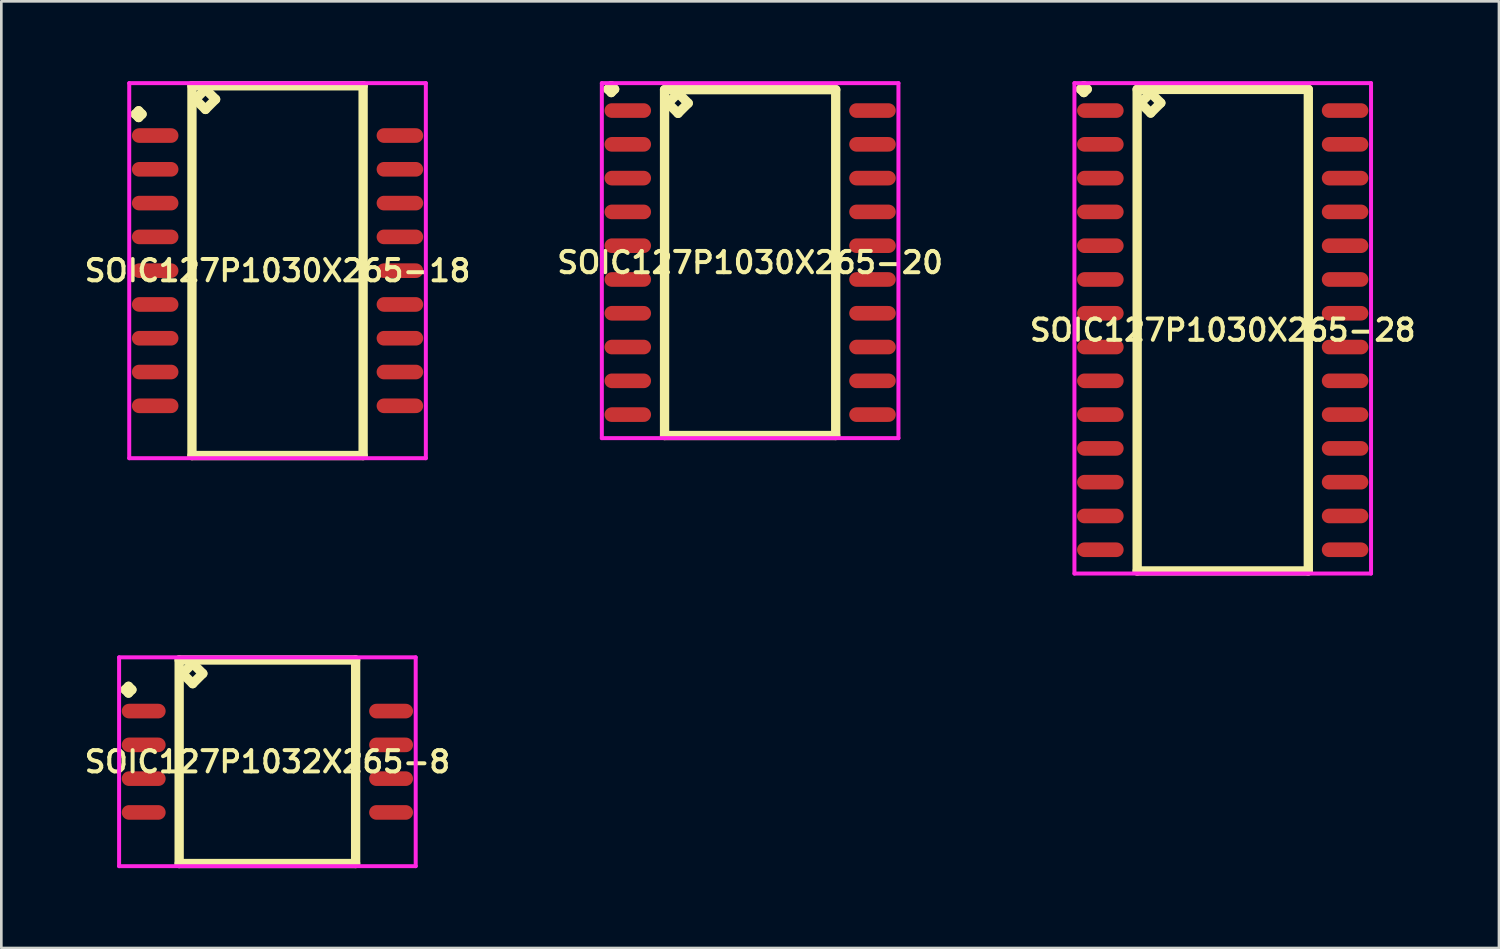
<source format=kicad_pcb>
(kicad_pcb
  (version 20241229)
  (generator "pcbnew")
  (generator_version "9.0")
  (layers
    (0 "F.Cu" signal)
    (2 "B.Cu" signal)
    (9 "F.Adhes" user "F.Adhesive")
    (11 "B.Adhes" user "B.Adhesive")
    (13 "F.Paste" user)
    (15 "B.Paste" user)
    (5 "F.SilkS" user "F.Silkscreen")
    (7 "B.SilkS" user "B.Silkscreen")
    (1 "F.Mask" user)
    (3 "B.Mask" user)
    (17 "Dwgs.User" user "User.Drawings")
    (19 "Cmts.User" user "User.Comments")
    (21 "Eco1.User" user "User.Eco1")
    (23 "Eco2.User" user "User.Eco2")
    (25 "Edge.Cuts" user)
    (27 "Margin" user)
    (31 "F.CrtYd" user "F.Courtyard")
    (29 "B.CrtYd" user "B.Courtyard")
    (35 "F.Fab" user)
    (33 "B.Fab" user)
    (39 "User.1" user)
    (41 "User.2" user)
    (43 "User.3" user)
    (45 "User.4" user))
  (footprint "SOIC127P1030X265-28"
    (layer "F.Cu")
    (at 42.915 9.361)
    (property "Reference" "SOIC127P1030X265-28" (at 0 0 0) (layer "F.SilkS") (effects (font (size 0.8 0.8) (thickness 0.15))))
    (attr smd)
    (fp_line (start -5.348 -9.059) (end -5.221 -9.186) (stroke (width 0.35) (type solid)) (layer "F.SilkS"))
    (fp_line (start -5.221 -9.186) (end -5.094 -9.059) (stroke (width 0.35) (type solid)) (layer "F.SilkS"))
    (fp_line (start -5.221 -8.932) (end -5.348 -9.059) (stroke (width 0.35) (type solid)) (layer "F.SilkS"))
    (fp_line (start -5.094 -9.059) (end -5.221 -8.932) (stroke (width 0.35) (type solid)) (layer "F.SilkS"))
    (fp_line (start -3.217 -9.05) (end -3.217 9.05) (stroke (width 0.35) (type solid)) (layer "F.SilkS"))
    (fp_line (start -3.217 9.05) (end 3.217 9.05) (stroke (width 0.35) (type solid)) (layer "F.SilkS"))
    (fp_line (start -3.09 -8.542) (end -2.709 -8.923) (stroke (width 0.35) (type solid)) (layer "F.SilkS"))
    (fp_line (start -2.709 -8.923) (end -2.328 -8.542) (stroke (width 0.35) (type solid)) (layer "F.SilkS"))
    (fp_line (start -2.709 -8.161) (end -3.09 -8.542) (stroke (width 0.35) (type solid)) (layer "F.SilkS"))
    (fp_line (start -2.328 -8.542) (end -2.709 -8.161) (stroke (width 0.35) (type solid)) (layer "F.SilkS"))
    (fp_line (start 3.217 -9.05) (end -3.217 -9.05) (stroke (width 0.35) (type solid)) (layer "F.SilkS"))
    (fp_line (start 3.217 9.05) (end 3.217 -9.05) (stroke (width 0.35) (type solid)) (layer "F.SilkS"))
    (fp_line (start -5.575 -9.286) (end 5.575 -9.286) (stroke (width 0.15) (type solid)) (layer "F.CrtYd"))
    (fp_line (start -5.575 9.15) (end -5.575 -9.286) (stroke (width 0.15) (type solid)) (layer "F.CrtYd"))
    (fp_line (start 5.575 -9.286) (end 5.575 9.15) (stroke (width 0.15) (type solid)) (layer "F.CrtYd"))
    (fp_line (start 5.575 9.15) (end -5.575 9.15) (stroke (width 0.15) (type solid)) (layer "F.CrtYd"))
    (pad "1" smd oval (at -4.6 -8.255) (size 1.75 0.55) (layers "F.Cu" "F.Mask" "F.Paste"))
    (pad "2" smd oval (at -4.6 -6.985) (size 1.75 0.55) (layers "F.Cu" "F.Mask" "F.Paste"))
    (pad "3" smd oval (at -4.6 -5.715) (size 1.75 0.55) (layers "F.Cu" "F.Mask" "F.Paste"))
    (pad "4" smd oval (at -4.6 -4.445) (size 1.75 0.55) (layers "F.Cu" "F.Mask" "F.Paste"))
    (pad "5" smd oval (at -4.6 -3.175) (size 1.75 0.55) (layers "F.Cu" "F.Mask" "F.Paste"))
    (pad "6" smd oval (at -4.6 -1.905) (size 1.75 0.55) (layers "F.Cu" "F.Mask" "F.Paste"))
    (pad "7" smd oval (at -4.6 -0.635) (size 1.75 0.55) (layers "F.Cu" "F.Mask" "F.Paste"))
    (pad "8" smd oval (at -4.6 0.635) (size 1.75 0.55) (layers "F.Cu" "F.Mask" "F.Paste"))
    (pad "9" smd oval (at -4.6 1.905) (size 1.75 0.55) (layers "F.Cu" "F.Mask" "F.Paste"))
    (pad "10" smd oval (at -4.6 3.175) (size 1.75 0.55) (layers "F.Cu" "F.Mask" "F.Paste"))
    (pad "11" smd oval (at -4.6 4.445) (size 1.75 0.55) (layers "F.Cu" "F.Mask" "F.Paste"))
    (pad "12" smd oval (at -4.6 5.715) (size 1.75 0.55) (layers "F.Cu" "F.Mask" "F.Paste"))
    (pad "13" smd oval (at -4.6 6.985) (size 1.75 0.55) (layers "F.Cu" "F.Mask" "F.Paste"))
    (pad "14" smd oval (at -4.6 8.255) (size 1.75 0.55) (layers "F.Cu" "F.Mask" "F.Paste"))
    (pad "15" smd oval (at 4.6 8.255) (size 1.75 0.55) (layers "F.Cu" "F.Mask" "F.Paste"))
    (pad "16" smd oval (at 4.6 6.985) (size 1.75 0.55) (layers "F.Cu" "F.Mask" "F.Paste"))
    (pad "17" smd oval (at 4.6 5.715) (size 1.75 0.55) (layers "F.Cu" "F.Mask" "F.Paste"))
    (pad "18" smd oval (at 4.6 4.445) (size 1.75 0.55) (layers "F.Cu" "F.Mask" "F.Paste"))
    (pad "19" smd oval (at 4.6 3.175) (size 1.75 0.55) (layers "F.Cu" "F.Mask" "F.Paste"))
    (pad "20" smd oval (at 4.6 1.905) (size 1.75 0.55) (layers "F.Cu" "F.Mask" "F.Paste"))
    (pad "21" smd oval (at 4.6 0.635) (size 1.75 0.55) (layers "F.Cu" "F.Mask" "F.Paste"))
    (pad "22" smd oval (at 4.6 -0.635) (size 1.75 0.55) (layers "F.Cu" "F.Mask" "F.Paste"))
    (pad "23" smd oval (at 4.6 -1.905) (size 1.75 0.55) (layers "F.Cu" "F.Mask" "F.Paste"))
    (pad "24" smd oval (at 4.6 -3.175) (size 1.75 0.55) (layers "F.Cu" "F.Mask" "F.Paste"))
    (pad "25" smd oval (at 4.6 -4.445) (size 1.75 0.55) (layers "F.Cu" "F.Mask" "F.Paste"))
    (pad "26" smd oval (at 4.6 -5.715) (size 1.75 0.55) (layers "F.Cu" "F.Mask" "F.Paste"))
    (pad "27" smd oval (at 4.6 -6.985) (size 1.75 0.55) (layers "F.Cu" "F.Mask" "F.Paste"))
    (pad "28" smd oval (at 4.6 -8.255) (size 1.75 0.55) (layers "F.Cu" "F.Mask" "F.Paste")))
  (footprint "SOIC127P1030X265-20"
    (layer "F.Cu")
    (at 25.149 6.821)
    (property "Reference" "SOIC127P1030X265-20" (at 0 0 0) (layer "F.SilkS") (effects (font (size 0.8 0.8) (thickness 0.15))))
    (attr smd)
    (fp_line (start -5.348 -6.519) (end -5.221 -6.646) (stroke (width 0.35) (type solid)) (layer "F.SilkS"))
    (fp_line (start -5.221 -6.646) (end -5.094 -6.519) (stroke (width 0.35) (type solid)) (layer "F.SilkS"))
    (fp_line (start -5.221 -6.392) (end -5.348 -6.519) (stroke (width 0.35) (type solid)) (layer "F.SilkS"))
    (fp_line (start -5.094 -6.519) (end -5.221 -6.392) (stroke (width 0.35) (type solid)) (layer "F.SilkS"))
    (fp_line (start -3.217 -6.5) (end -3.217 6.5) (stroke (width 0.35) (type solid)) (layer "F.SilkS"))
    (fp_line (start -3.217 6.5) (end 3.217 6.5) (stroke (width 0.35) (type solid)) (layer "F.SilkS"))
    (fp_line (start -3.09 -5.992) (end -2.709 -6.373) (stroke (width 0.35) (type solid)) (layer "F.SilkS"))
    (fp_line (start -2.709 -6.373) (end -2.328 -5.992) (stroke (width 0.35) (type solid)) (layer "F.SilkS"))
    (fp_line (start -2.709 -5.611) (end -3.09 -5.992) (stroke (width 0.35) (type solid)) (layer "F.SilkS"))
    (fp_line (start -2.328 -5.992) (end -2.709 -5.611) (stroke (width 0.35) (type solid)) (layer "F.SilkS"))
    (fp_line (start 3.217 -6.5) (end -3.217 -6.5) (stroke (width 0.35) (type solid)) (layer "F.SilkS"))
    (fp_line (start 3.217 6.5) (end 3.217 -6.5) (stroke (width 0.35) (type solid)) (layer "F.SilkS"))
    (fp_line (start -5.575 -6.746) (end 5.575 -6.746) (stroke (width 0.15) (type solid)) (layer "F.CrtYd"))
    (fp_line (start -5.575 6.6) (end -5.575 -6.746) (stroke (width 0.15) (type solid)) (layer "F.CrtYd"))
    (fp_line (start 5.575 -6.746) (end 5.575 6.6) (stroke (width 0.15) (type solid)) (layer "F.CrtYd"))
    (fp_line (start 5.575 6.6) (end -5.575 6.6) (stroke (width 0.15) (type solid)) (layer "F.CrtYd"))
    (pad "1" smd oval (at -4.6 -5.715) (size 1.75 0.55) (layers "F.Cu" "F.Mask" "F.Paste"))
    (pad "2" smd oval (at -4.6 -4.445) (size 1.75 0.55) (layers "F.Cu" "F.Mask" "F.Paste"))
    (pad "3" smd oval (at -4.6 -3.175) (size 1.75 0.55) (layers "F.Cu" "F.Mask" "F.Paste"))
    (pad "4" smd oval (at -4.6 -1.905) (size 1.75 0.55) (layers "F.Cu" "F.Mask" "F.Paste"))
    (pad "5" smd oval (at -4.6 -0.635) (size 1.75 0.55) (layers "F.Cu" "F.Mask" "F.Paste"))
    (pad "6" smd oval (at -4.6 0.635) (size 1.75 0.55) (layers "F.Cu" "F.Mask" "F.Paste"))
    (pad "7" smd oval (at -4.6 1.905) (size 1.75 0.55) (layers "F.Cu" "F.Mask" "F.Paste"))
    (pad "8" smd oval (at -4.6 3.175) (size 1.75 0.55) (layers "F.Cu" "F.Mask" "F.Paste"))
    (pad "9" smd oval (at -4.6 4.445) (size 1.75 0.55) (layers "F.Cu" "F.Mask" "F.Paste"))
    (pad "10" smd oval (at -4.6 5.715) (size 1.75 0.55) (layers "F.Cu" "F.Mask" "F.Paste"))
    (pad "11" smd oval (at 4.6 5.715) (size 1.75 0.55) (layers "F.Cu" "F.Mask" "F.Paste"))
    (pad "12" smd oval (at 4.6 4.445) (size 1.75 0.55) (layers "F.Cu" "F.Mask" "F.Paste"))
    (pad "13" smd oval (at 4.6 3.175) (size 1.75 0.55) (layers "F.Cu" "F.Mask" "F.Paste"))
    (pad "14" smd oval (at 4.6 1.905) (size 1.75 0.55) (layers "F.Cu" "F.Mask" "F.Paste"))
    (pad "15" smd oval (at 4.6 0.635) (size 1.75 0.55) (layers "F.Cu" "F.Mask" "F.Paste"))
    (pad "16" smd oval (at 4.6 -0.635) (size 1.75 0.55) (layers "F.Cu" "F.Mask" "F.Paste"))
    (pad "17" smd oval (at 4.6 -1.905) (size 1.75 0.55) (layers "F.Cu" "F.Mask" "F.Paste"))
    (pad "18" smd oval (at 4.6 -3.175) (size 1.75 0.55) (layers "F.Cu" "F.Mask" "F.Paste"))
    (pad "19" smd oval (at 4.6 -4.445) (size 1.75 0.55) (layers "F.Cu" "F.Mask" "F.Paste"))
    (pad "20" smd oval (at 4.6 -5.715) (size 1.75 0.55) (layers "F.Cu" "F.Mask" "F.Paste")))
  (footprint "SOIC127P1032X265-8"
    (layer "F.Cu")
    (at 7.002 25.586)
    (property "Reference" "SOIC127P1032X265-8" (at 0 0 0) (layer "F.SilkS") (effects (font (size 0.8 0.8) (thickness 0.15))))
    (attr smd)
    (fp_line (start -5.348 -2.709) (end -5.221 -2.836) (stroke (width 0.35) (type solid)) (layer "F.SilkS"))
    (fp_line (start -5.221 -2.836) (end -5.094 -2.709) (stroke (width 0.35) (type solid)) (layer "F.SilkS"))
    (fp_line (start -5.221 -2.582) (end -5.348 -2.709) (stroke (width 0.35) (type solid)) (layer "F.SilkS"))
    (fp_line (start -5.094 -2.709) (end -5.221 -2.582) (stroke (width 0.35) (type solid)) (layer "F.SilkS"))
    (fp_line (start -3.317 -3.825) (end -3.317 3.825) (stroke (width 0.35) (type solid)) (layer "F.SilkS"))
    (fp_line (start -3.317 3.825) (end 3.317 3.825) (stroke (width 0.35) (type solid)) (layer "F.SilkS"))
    (fp_line (start -3.19 -3.317) (end -2.809 -3.698) (stroke (width 0.35) (type solid)) (layer "F.SilkS"))
    (fp_line (start -2.809 -3.698) (end -2.428 -3.317) (stroke (width 0.35) (type solid)) (layer "F.SilkS"))
    (fp_line (start -2.809 -2.936) (end -3.19 -3.317) (stroke (width 0.35) (type solid)) (layer "F.SilkS"))
    (fp_line (start -2.428 -3.317) (end -2.809 -2.936) (stroke (width 0.35) (type solid)) (layer "F.SilkS"))
    (fp_line (start 3.317 -3.825) (end -3.317 -3.825) (stroke (width 0.35) (type solid)) (layer "F.SilkS"))
    (fp_line (start 3.317 3.825) (end 3.317 -3.825) (stroke (width 0.35) (type solid)) (layer "F.SilkS"))
    (fp_line (start -5.575 -3.925) (end 5.575 -3.925) (stroke (width 0.15) (type solid)) (layer "F.CrtYd"))
    (fp_line (start -5.575 3.925) (end -5.575 -3.925) (stroke (width 0.15) (type solid)) (layer "F.CrtYd"))
    (fp_line (start 5.575 -3.925) (end 5.575 3.925) (stroke (width 0.15) (type solid)) (layer "F.CrtYd"))
    (fp_line (start 5.575 3.925) (end -5.575 3.925) (stroke (width 0.15) (type solid)) (layer "F.CrtYd"))
    (pad "1" smd oval (at -4.65 -1.905) (size 1.65 0.55) (layers "F.Cu" "F.Mask" "F.Paste"))
    (pad "2" smd oval (at -4.65 -0.635) (size 1.65 0.55) (layers "F.Cu" "F.Mask" "F.Paste"))
    (pad "3" smd oval (at -4.65 0.635) (size 1.65 0.55) (layers "F.Cu" "F.Mask" "F.Paste"))
    (pad "4" smd oval (at -4.65 1.905) (size 1.65 0.55) (layers "F.Cu" "F.Mask" "F.Paste"))
    (pad "5" smd oval (at 4.65 1.905) (size 1.65 0.55) (layers "F.Cu" "F.Mask" "F.Paste"))
    (pad "6" smd oval (at 4.65 0.635) (size 1.65 0.55) (layers "F.Cu" "F.Mask" "F.Paste"))
    (pad "7" smd oval (at 4.65 -0.635) (size 1.65 0.55) (layers "F.Cu" "F.Mask" "F.Paste"))
    (pad "8" smd oval (at 4.65 -1.905) (size 1.65 0.55) (layers "F.Cu" "F.Mask" "F.Paste")))
  (footprint "SOIC127P1030X265-18"
    (layer "F.Cu")
    (at 7.383 7.125)
    (property "Reference" "SOIC127P1030X265-18" (at 0 0 0) (layer "F.SilkS") (effects (font (size 0.8 0.8) (thickness 0.15))))
    (attr smd)
    (fp_line (start -5.348 -5.884) (end -5.221 -6.011) (stroke (width 0.35) (type solid)) (layer "F.SilkS"))
    (fp_line (start -5.221 -6.011) (end -5.094 -5.884) (stroke (width 0.35) (type solid)) (layer "F.SilkS"))
    (fp_line (start -5.221 -5.757) (end -5.348 -5.884) (stroke (width 0.35) (type solid)) (layer "F.SilkS"))
    (fp_line (start -5.094 -5.884) (end -5.221 -5.757) (stroke (width 0.35) (type solid)) (layer "F.SilkS"))
    (fp_line (start -3.217 -6.95) (end -3.217 6.95) (stroke (width 0.35) (type solid)) (layer "F.SilkS"))
    (fp_line (start -3.217 6.95) (end 3.217 6.95) (stroke (width 0.35) (type solid)) (layer "F.SilkS"))
    (fp_line (start -3.09 -6.442) (end -2.709 -6.823) (stroke (width 0.35) (type solid)) (layer "F.SilkS"))
    (fp_line (start -2.709 -6.823) (end -2.328 -6.442) (stroke (width 0.35) (type solid)) (layer "F.SilkS"))
    (fp_line (start -2.709 -6.061) (end -3.09 -6.442) (stroke (width 0.35) (type solid)) (layer "F.SilkS"))
    (fp_line (start -2.328 -6.442) (end -2.709 -6.061) (stroke (width 0.35) (type solid)) (layer "F.SilkS"))
    (fp_line (start 3.217 -6.95) (end -3.217 -6.95) (stroke (width 0.35) (type solid)) (layer "F.SilkS"))
    (fp_line (start 3.217 6.95) (end 3.217 -6.95) (stroke (width 0.35) (type solid)) (layer "F.SilkS"))
    (fp_line (start -5.575 -7.05) (end 5.575 -7.05) (stroke (width 0.15) (type solid)) (layer "F.CrtYd"))
    (fp_line (start -5.575 7.05) (end -5.575 -7.05) (stroke (width 0.15) (type solid)) (layer "F.CrtYd"))
    (fp_line (start 5.575 -7.05) (end 5.575 7.05) (stroke (width 0.15) (type solid)) (layer "F.CrtYd"))
    (fp_line (start 5.575 7.05) (end -5.575 7.05) (stroke (width 0.15) (type solid)) (layer "F.CrtYd"))
    (pad "1" smd oval (at -4.6 -5.08) (size 1.75 0.55) (layers "F.Cu" "F.Mask" "F.Paste"))
    (pad "2" smd oval (at -4.6 -3.81) (size 1.75 0.55) (layers "F.Cu" "F.Mask" "F.Paste"))
    (pad "3" smd oval (at -4.6 -2.54) (size 1.75 0.55) (layers "F.Cu" "F.Mask" "F.Paste"))
    (pad "4" smd oval (at -4.6 -1.27) (size 1.75 0.55) (layers "F.Cu" "F.Mask" "F.Paste"))
    (pad "5" smd oval (at -4.6 0) (size 1.75 0.55) (layers "F.Cu" "F.Mask" "F.Paste"))
    (pad "6" smd oval (at -4.6 1.27) (size 1.75 0.55) (layers "F.Cu" "F.Mask" "F.Paste"))
    (pad "7" smd oval (at -4.6 2.54) (size 1.75 0.55) (layers "F.Cu" "F.Mask" "F.Paste"))
    (pad "8" smd oval (at -4.6 3.81) (size 1.75 0.55) (layers "F.Cu" "F.Mask" "F.Paste"))
    (pad "9" smd oval (at -4.6 5.08) (size 1.75 0.55) (layers "F.Cu" "F.Mask" "F.Paste"))
    (pad "10" smd oval (at 4.6 5.08) (size 1.75 0.55) (layers "F.Cu" "F.Mask" "F.Paste"))
    (pad "11" smd oval (at 4.6 3.81) (size 1.75 0.55) (layers "F.Cu" "F.Mask" "F.Paste"))
    (pad "12" smd oval (at 4.6 2.54) (size 1.75 0.55) (layers "F.Cu" "F.Mask" "F.Paste"))
    (pad "13" smd oval (at 4.6 1.27) (size 1.75 0.55) (layers "F.Cu" "F.Mask" "F.Paste"))
    (pad "14" smd oval (at 4.6 0) (size 1.75 0.55) (layers "F.Cu" "F.Mask" "F.Paste"))
    (pad "15" smd oval (at 4.6 -1.27) (size 1.75 0.55) (layers "F.Cu" "F.Mask" "F.Paste"))
    (pad "16" smd oval (at 4.6 -2.54) (size 1.75 0.55) (layers "F.Cu" "F.Mask" "F.Paste"))
    (pad "17" smd oval (at 4.6 -3.81) (size 1.75 0.55) (layers "F.Cu" "F.Mask" "F.Paste"))
    (pad "18" smd oval (at 4.6 -5.08) (size 1.75 0.55) (layers "F.Cu" "F.Mask" "F.Paste")))
  (gr_rect
    (start -3 -3)
    (end 53.299 32.586)
    (stroke (width 0.1) (type default))
    (fill no)
    (layer "Edge.Cuts")))
</source>
